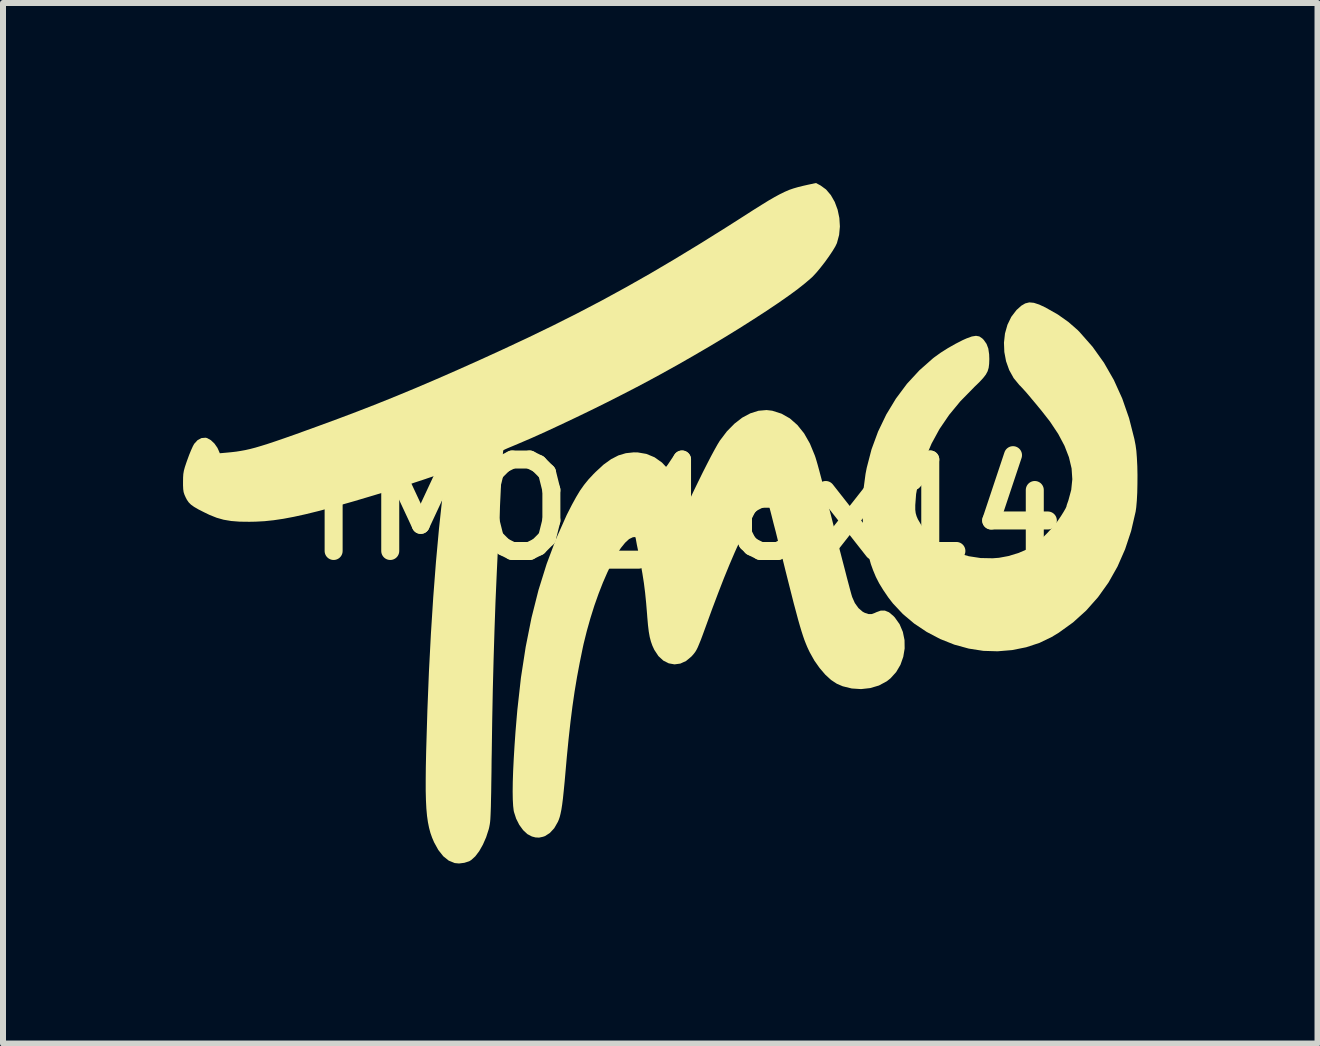
<source format=kicad_pcb>
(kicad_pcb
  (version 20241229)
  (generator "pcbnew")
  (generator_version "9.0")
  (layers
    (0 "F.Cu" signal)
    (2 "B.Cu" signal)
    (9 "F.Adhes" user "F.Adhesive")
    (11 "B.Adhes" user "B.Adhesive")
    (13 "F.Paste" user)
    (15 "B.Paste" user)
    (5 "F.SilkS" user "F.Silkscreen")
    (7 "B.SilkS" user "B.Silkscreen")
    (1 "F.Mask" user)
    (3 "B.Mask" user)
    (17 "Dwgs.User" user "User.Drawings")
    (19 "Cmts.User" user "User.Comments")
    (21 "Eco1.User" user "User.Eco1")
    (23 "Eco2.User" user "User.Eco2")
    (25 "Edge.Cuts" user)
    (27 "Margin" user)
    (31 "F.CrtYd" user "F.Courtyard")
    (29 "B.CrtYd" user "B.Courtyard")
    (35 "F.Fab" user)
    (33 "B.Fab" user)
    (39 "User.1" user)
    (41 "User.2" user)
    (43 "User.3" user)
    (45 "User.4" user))
  (footprint "TMO_18x14"
    (layer "F.Cu")
    (at 8.279 5.442)
    (property "Reference" "TMO_18x14" (at 0 0 0) (layer "F.SilkS") (effects (font (size 1.524 1.524) (thickness 0.3))))
    (attr through_hole)
    (fp_poly (pts (xy 5.899 -3.446) (xy 5.988 -3.417) (xy 6.097 -3.366) (xy 6.098 -3.365) (xy 6.299 -3.251) (xy 6.473 -3.128) (xy 6.628 -2.993) (xy 6.662 -2.958) (xy 6.877 -2.714) (xy 7.067 -2.448) (xy 7.232 -2.16) (xy 7.372 -1.851) (xy 7.486 -1.523) (xy 7.574 -1.177) (xy 7.594 -1.074) (xy 7.607 -0.98) (xy 7.616 -0.861) (xy 7.623 -0.725) (xy 7.626 -0.577) (xy 7.625 -0.427) (xy 7.622 -0.282) (xy 7.615 -0.149) (xy 7.605 -0.036) (xy 7.595 0.034) (xy 7.52 0.357) (xy 7.419 0.662) (xy 7.293 0.949) (xy 7.143 1.215) (xy 6.968 1.46) (xy 6.771 1.682) (xy 6.552 1.88) (xy 6.312 2.053) (xy 6.196 2.123) (xy 5.993 2.221) (xy 5.771 2.294) (xy 5.536 2.341) (xy 5.295 2.361) (xy 5.058 2.354) (xy 4.814 2.316) (xy 4.573 2.25) (xy 4.337 2.156) (xy 4.113 2.038) (xy 3.905 1.899) (xy 3.716 1.74) (xy 3.551 1.564) (xy 3.475 1.466) (xy 3.39 1.341) (xy 3.322 1.23) (xy 3.267 1.123) (xy 3.219 1.008) (xy 3.183 0.908) (xy 3.106 0.629) (xy 3.058 0.337) (xy 3.04 0.034) (xy 3.052 -0.276) (xy 3.094 -0.593) (xy 3.114 -0.696) (xy 3.194 -1.004) (xy 3.303 -1.3) (xy 3.439 -1.583) (xy 3.6 -1.849) (xy 3.785 -2.097) (xy 3.992 -2.321) (xy 4.218 -2.521) (xy 4.244 -2.541) (xy 4.347 -2.615) (xy 4.467 -2.691) (xy 4.594 -2.763) (xy 4.713 -2.824) (xy 4.778 -2.853) (xy 4.866 -2.885) (xy 4.935 -2.896) (xy 4.99 -2.886) (xy 5.038 -2.854) (xy 5.064 -2.828) (xy 5.111 -2.761) (xy 5.14 -2.684) (xy 5.154 -2.588) (xy 5.157 -2.508) (xy 5.154 -2.428) (xy 5.146 -2.363) (xy 5.129 -2.306) (xy 5.099 -2.25) (xy 5.054 -2.192) (xy 4.99 -2.123) (xy 4.904 -2.04) (xy 4.896 -2.031) (xy 4.675 -1.806) (xy 4.487 -1.578) (xy 4.327 -1.343) (xy 4.194 -1.099) (xy 4.085 -0.841) (xy 4.053 -0.752) (xy 3.981 -0.498) (xy 3.937 -0.26) (xy 3.923 -0.075) (xy 3.923 0.002) (xy 3.93 0.059) (xy 3.945 0.111) (xy 3.966 0.16) (xy 4.051 0.306) (xy 4.163 0.438) (xy 4.299 0.552) (xy 4.455 0.648) (xy 4.628 0.723) (xy 4.815 0.777) (xy 5.011 0.807) (xy 5.213 0.811) (xy 5.318 0.803) (xy 5.475 0.774) (xy 5.642 0.723) (xy 5.809 0.652) (xy 5.838 0.638) (xy 5.892 0.603) (xy 5.96 0.547) (xy 6.037 0.477) (xy 6.117 0.397) (xy 6.193 0.315) (xy 6.26 0.236) (xy 6.298 0.186) (xy 6.351 0.108) (xy 6.394 0.039) (xy 6.426 -0.016) (xy 6.442 -0.051) (xy 6.443 -0.058) (xy 6.448 -0.078) (xy 6.462 -0.118) (xy 6.475 -0.155) (xy 6.522 -0.329) (xy 6.54 -0.506) (xy 6.528 -0.686) (xy 6.484 -0.872) (xy 6.41 -1.063) (xy 6.305 -1.261) (xy 6.168 -1.467) (xy 6.02 -1.656) (xy 5.976 -1.709) (xy 5.92 -1.777) (xy 5.861 -1.847) (xy 5.839 -1.874) (xy 5.783 -1.94) (xy 5.726 -2.004) (xy 5.676 -2.058) (xy 5.658 -2.075) (xy 5.562 -2.192) (xy 5.488 -2.326) (xy 5.436 -2.472) (xy 5.407 -2.626) (xy 5.401 -2.782) (xy 5.418 -2.935) (xy 5.459 -3.08) (xy 5.523 -3.212) (xy 5.61 -3.326) (xy 5.618 -3.333) (xy 5.689 -3.397) (xy 5.755 -3.436) (xy 5.823 -3.453)) (stroke (width 0) (type solid)) (fill yes) (layer "F.SilkS"))
    (fp_poly (pts (xy 2.342 -5.403) (xy 2.436 -5.335) (xy 2.516 -5.241) (xy 2.581 -5.127) (xy 2.629 -4.998) (xy 2.658 -4.86) (xy 2.667 -4.718) (xy 2.654 -4.577) (xy 2.618 -4.443) (xy 2.617 -4.44) (xy 2.589 -4.382) (xy 2.542 -4.305) (xy 2.483 -4.217) (xy 2.416 -4.124) (xy 2.345 -4.033) (xy 2.276 -3.95) (xy 2.214 -3.883) (xy 2.196 -3.866) (xy 2.095 -3.779) (xy 1.967 -3.677) (xy 1.813 -3.564) (xy 1.637 -3.441) (xy 1.44 -3.309) (xy 1.224 -3.169) (xy 0.994 -3.023) (xy 0.75 -2.873) (xy 0.495 -2.72) (xy 0.231 -2.566) (xy -0.038 -2.412) (xy -0.312 -2.26) (xy -0.487 -2.165) (xy -0.718 -2.042) (xy -0.964 -1.915) (xy -1.22 -1.785) (xy -1.481 -1.656) (xy -1.742 -1.53) (xy -1.998 -1.409) (xy -2.243 -1.295) (xy -2.472 -1.192) (xy -2.682 -1.102) (xy -2.81 -1.048) (xy -2.868 -1.024) (xy -2.915 -1.003) (xy -2.94 -0.99) (xy -2.941 -0.989) (xy -2.945 -0.97) (xy -2.95 -0.922) (xy -2.956 -0.848) (xy -2.962 -0.754) (xy -2.969 -0.642) (xy -2.976 -0.517) (xy -2.979 -0.451) (xy -2.986 -0.288) (xy -2.995 -0.105) (xy -3.004 0.086) (xy -3.013 0.274) (xy -3.022 0.449) (xy -3.028 0.57) (xy -3.051 1.056) (xy -3.072 1.536) (xy -3.089 2.016) (xy -3.104 2.503) (xy -3.117 3.004) (xy -3.127 3.523) (xy -3.135 4.069) (xy -3.137 4.161) (xy -3.139 4.373) (xy -3.142 4.556) (xy -3.144 4.71) (xy -3.147 4.839) (xy -3.149 4.945) (xy -3.152 5.033) (xy -3.155 5.103) (xy -3.158 5.16) (xy -3.162 5.205) (xy -3.167 5.242) (xy -3.173 5.274) (xy -3.179 5.303) (xy -3.185 5.327) (xy -3.228 5.46) (xy -3.282 5.583) (xy -3.343 5.691) (xy -3.409 5.778) (xy -3.476 5.839) (xy -3.51 5.86) (xy -3.592 5.886) (xy -3.68 5.897) (xy -3.752 5.89) (xy -3.852 5.849) (xy -3.943 5.776) (xy -4.025 5.672) (xy -4.095 5.545) (xy -4.128 5.468) (xy -4.156 5.389) (xy -4.179 5.303) (xy -4.198 5.209) (xy -4.213 5.104) (xy -4.224 4.983) (xy -4.231 4.845) (xy -4.235 4.686) (xy -4.235 4.503) (xy -4.233 4.293) (xy -4.228 4.053) (xy -4.227 4.01) (xy -4.207 3.345) (xy -4.181 2.696) (xy -4.148 2.065) (xy -4.109 1.455) (xy -4.064 0.87) (xy -4.013 0.311) (xy -3.956 -0.218) (xy -3.943 -0.334) (xy -3.932 -0.426) (xy -3.923 -0.506) (xy -3.917 -0.567) (xy -3.914 -0.605) (xy -3.914 -0.614) (xy -3.93 -0.611) (xy -3.974 -0.597) (xy -4.039 -0.577) (xy -4.122 -0.55) (xy -4.217 -0.518) (xy -4.236 -0.511) (xy -4.504 -0.423) (xy -4.797 -0.33) (xy -5.109 -0.235) (xy -5.432 -0.139) (xy -5.53 -0.111) (xy -5.793 -0.037) (xy -6.029 0.026) (xy -6.241 0.078) (xy -6.432 0.12) (xy -6.607 0.153) (xy -6.769 0.177) (xy -6.921 0.193) (xy -7.068 0.201) (xy -7.172 0.203) (xy -7.336 0.201) (xy -7.476 0.19) (xy -7.601 0.169) (xy -7.718 0.136) (xy -7.836 0.089) (xy -7.925 0.046) (xy -8.022 -0.003) (xy -8.094 -0.045) (xy -8.146 -0.082) (xy -8.184 -0.12) (xy -8.214 -0.163) (xy -8.233 -0.199) (xy -8.255 -0.248) (xy -8.269 -0.291) (xy -8.276 -0.34) (xy -8.279 -0.406) (xy -8.279 -0.461) (xy -8.278 -0.535) (xy -8.274 -0.594) (xy -8.265 -0.648) (xy -8.249 -0.707) (xy -8.224 -0.782) (xy -8.207 -0.83) (xy -8.176 -0.914) (xy -8.144 -0.992) (xy -8.115 -1.056) (xy -8.093 -1.096) (xy -8.037 -1.157) (xy -7.972 -1.192) (xy -7.903 -1.198) (xy -7.878 -1.192) (xy -7.815 -1.157) (xy -7.755 -1.1) (xy -7.706 -1.03) (xy -7.693 -1.002) (xy -7.666 -0.939) (xy -7.553 -0.949) (xy -7.471 -0.957) (xy -7.393 -0.966) (xy -7.318 -0.978) (xy -7.241 -0.992) (xy -7.161 -1.01) (xy -7.073 -1.033) (xy -6.975 -1.062) (xy -6.863 -1.097) (xy -6.734 -1.14) (xy -6.586 -1.191) (xy -6.415 -1.251) (xy -6.219 -1.322) (xy -6.045 -1.385) (xy -5.702 -1.511) (xy -5.371 -1.636) (xy -5.045 -1.763) (xy -4.72 -1.894) (xy -4.39 -2.031) (xy -4.051 -2.176) (xy -3.697 -2.331) (xy -3.324 -2.498) (xy -2.961 -2.664) (xy -2.525 -2.868) (xy -2.106 -3.071) (xy -1.699 -3.276) (xy -1.298 -3.486) (xy -0.901 -3.703) (xy -0.5 -3.93) (xy -0.093 -4.17) (xy 0.327 -4.425) (xy 0.764 -4.698) (xy 1.059 -4.886) (xy 1.221 -4.99) (xy 1.36 -5.077) (xy 1.478 -5.15) (xy 1.58 -5.209) (xy 1.669 -5.257) (xy 1.749 -5.296) (xy 1.823 -5.328) (xy 1.896 -5.353) (xy 1.972 -5.375) (xy 2.053 -5.395) (xy 2.128 -5.412) (xy 2.268 -5.442)) (stroke (width 0) (type solid)) (fill yes) (layer "F.SilkS"))
    (fp_poly (pts (xy 1.539 -1.648) (xy 1.693 -1.599) (xy 1.833 -1.52) (xy 1.958 -1.41) (xy 2.07 -1.271) (xy 2.167 -1.101) (xy 2.249 -0.902) (xy 2.262 -0.864) (xy 2.275 -0.821) (xy 2.296 -0.749) (xy 2.323 -0.65) (xy 2.355 -0.529) (xy 2.392 -0.389) (xy 2.433 -0.233) (xy 2.477 -0.063) (xy 2.523 0.115) (xy 2.57 0.3) (xy 2.574 0.319) (xy 2.621 0.502) (xy 2.666 0.679) (xy 2.709 0.845) (xy 2.749 0.998) (xy 2.784 1.135) (xy 2.815 1.252) (xy 2.84 1.346) (xy 2.859 1.415) (xy 2.871 1.455) (xy 2.872 1.458) (xy 2.916 1.557) (xy 2.976 1.641) (xy 3.047 1.702) (xy 3.083 1.721) (xy 3.144 1.741) (xy 3.196 1.741) (xy 3.253 1.72) (xy 3.271 1.711) (xy 3.348 1.683) (xy 3.417 1.683) (xy 3.485 1.711) (xy 3.556 1.77) (xy 3.581 1.796) (xy 3.662 1.91) (xy 3.716 2.038) (xy 3.744 2.174) (xy 3.746 2.315) (xy 3.723 2.453) (xy 3.676 2.586) (xy 3.605 2.707) (xy 3.511 2.811) (xy 3.448 2.861) (xy 3.318 2.931) (xy 3.173 2.974) (xy 3.02 2.991) (xy 2.865 2.981) (xy 2.714 2.944) (xy 2.616 2.902) (xy 2.521 2.84) (xy 2.424 2.751) (xy 2.329 2.64) (xy 2.241 2.515) (xy 2.165 2.379) (xy 2.149 2.346) (xy 2.123 2.29) (xy 2.099 2.232) (xy 2.075 2.171) (xy 2.052 2.104) (xy 2.027 2.026) (xy 2 1.936) (xy 1.97 1.831) (xy 1.937 1.707) (xy 1.898 1.562) (xy 1.855 1.392) (xy 1.805 1.195) (xy 1.761 1.02) (xy 1.718 0.846) (xy 1.675 0.677) (xy 1.634 0.516) (xy 1.597 0.366) (xy 1.562 0.233) (xy 1.533 0.118) (xy 1.51 0.028) (xy 1.493 -0.035) (xy 1.489 -0.049) (xy 1.437 -0.241) (xy 1.374 -0.17) (xy 1.344 -0.129) (xy 1.303 -0.062) (xy 1.253 0.026) (xy 1.196 0.132) (xy 1.135 0.25) (xy 1.072 0.375) (xy 1.01 0.504) (xy 0.951 0.631) (xy 0.916 0.709) (xy 0.826 0.919) (xy 0.734 1.144) (xy 0.639 1.389) (xy 0.537 1.659) (xy 0.478 1.821) (xy 0.426 1.964) (xy 0.384 2.079) (xy 0.35 2.17) (xy 0.321 2.241) (xy 0.298 2.296) (xy 0.277 2.338) (xy 0.257 2.371) (xy 0.236 2.399) (xy 0.213 2.426) (xy 0.193 2.448) (xy 0.103 2.523) (xy 0.008 2.566) (xy -0.089 2.579) (xy -0.185 2.562) (xy -0.276 2.516) (xy -0.357 2.441) (xy -0.425 2.338) (xy -0.427 2.334) (xy -0.458 2.267) (xy -0.482 2.199) (xy -0.502 2.123) (xy -0.518 2.033) (xy -0.531 1.924) (xy -0.543 1.788) (xy -0.546 1.745) (xy -0.562 1.553) (xy -0.579 1.384) (xy -0.599 1.225) (xy -0.624 1.065) (xy -0.655 0.892) (xy -0.681 0.763) (xy -0.699 0.669) (xy -0.716 0.587) (xy -0.728 0.521) (xy -0.736 0.478) (xy -0.738 0.464) (xy -0.752 0.457) (xy -0.784 0.461) (xy -0.846 0.491) (xy -0.912 0.552) (xy -0.983 0.64) (xy -1.056 0.753) (xy -1.132 0.889) (xy -1.207 1.044) (xy -1.282 1.216) (xy -1.355 1.403) (xy -1.425 1.601) (xy -1.49 1.808) (xy -1.55 2.021) (xy -1.604 2.238) (xy -1.62 2.312) (xy -1.669 2.553) (xy -1.714 2.792) (xy -1.754 3.032) (xy -1.79 3.28) (xy -1.823 3.542) (xy -1.854 3.822) (xy -1.884 4.126) (xy -1.904 4.354) (xy -1.92 4.535) (xy -1.935 4.687) (xy -1.948 4.812) (xy -1.961 4.915) (xy -1.974 4.999) (xy -1.988 5.067) (xy -2.002 5.123) (xy -2.019 5.172) (xy -2.034 5.206) (xy -2.093 5.309) (xy -2.166 5.388) (xy -2.246 5.44) (xy -2.281 5.452) (xy -2.346 5.466) (xy -2.405 5.463) (xy -2.466 5.447) (xy -2.54 5.408) (xy -2.612 5.341) (xy -2.676 5.253) (xy -2.728 5.15) (xy -2.764 5.039) (xy -2.769 5.015) (xy -2.778 4.938) (xy -2.784 4.83) (xy -2.786 4.695) (xy -2.784 4.535) (xy -2.778 4.354) (xy -2.768 4.153) (xy -2.755 3.936) (xy -2.739 3.706) (xy -2.719 3.466) (xy -2.708 3.339) (xy -2.648 2.8) (xy -2.569 2.288) (xy -2.472 1.802) (xy -2.356 1.342) (xy -2.22 0.906) (xy -2.065 0.493) (xy -1.891 0.102) (xy -1.878 0.075) (xy -1.8 -0.078) (xy -1.73 -0.206) (xy -1.664 -0.316) (xy -1.596 -0.412) (xy -1.524 -0.501) (xy -1.442 -0.589) (xy -1.402 -0.629) (xy -1.271 -0.75) (xy -1.146 -0.84) (xy -1.024 -0.903) (xy -0.9 -0.94) (xy -0.77 -0.954) (xy -0.702 -0.953) (xy -0.557 -0.928) (xy -0.422 -0.872) (xy -0.299 -0.785) (xy -0.187 -0.667) (xy -0.087 -0.52) (xy 0.000405 -0.343) (xy 0.059 -0.185) (xy 0.106 -0.043) (xy 0.148 -0.135) (xy 0.207 -0.26) (xy 1.409 -0.26) (xy 1.418 -0.252) (xy 1.426 -0.26) (xy 1.418 -0.268) (xy 1.409 -0.26) (xy 0.207 -0.26) (xy 0.225 -0.298) (xy 0.303 -0.459) (xy 0.379 -0.614) (xy 0.452 -0.758) (xy 0.519 -0.888) (xy 0.579 -0.999) (xy 0.629 -1.088) (xy 0.667 -1.15) (xy 0.668 -1.151) (xy 0.784 -1.304) (xy 0.909 -1.431) (xy 1.039 -1.532) (xy 1.174 -1.604) (xy 1.31 -1.647) (xy 1.445 -1.659)) (stroke (width 0) (type solid)) (fill yes) (layer "F.SilkS")))
  (gr_rect
    (start -3 -3)
    (end 18.905 14.339)
    (stroke (width 0.1) (type default))
    (fill no)
    (layer "Edge.Cuts")))
</source>
